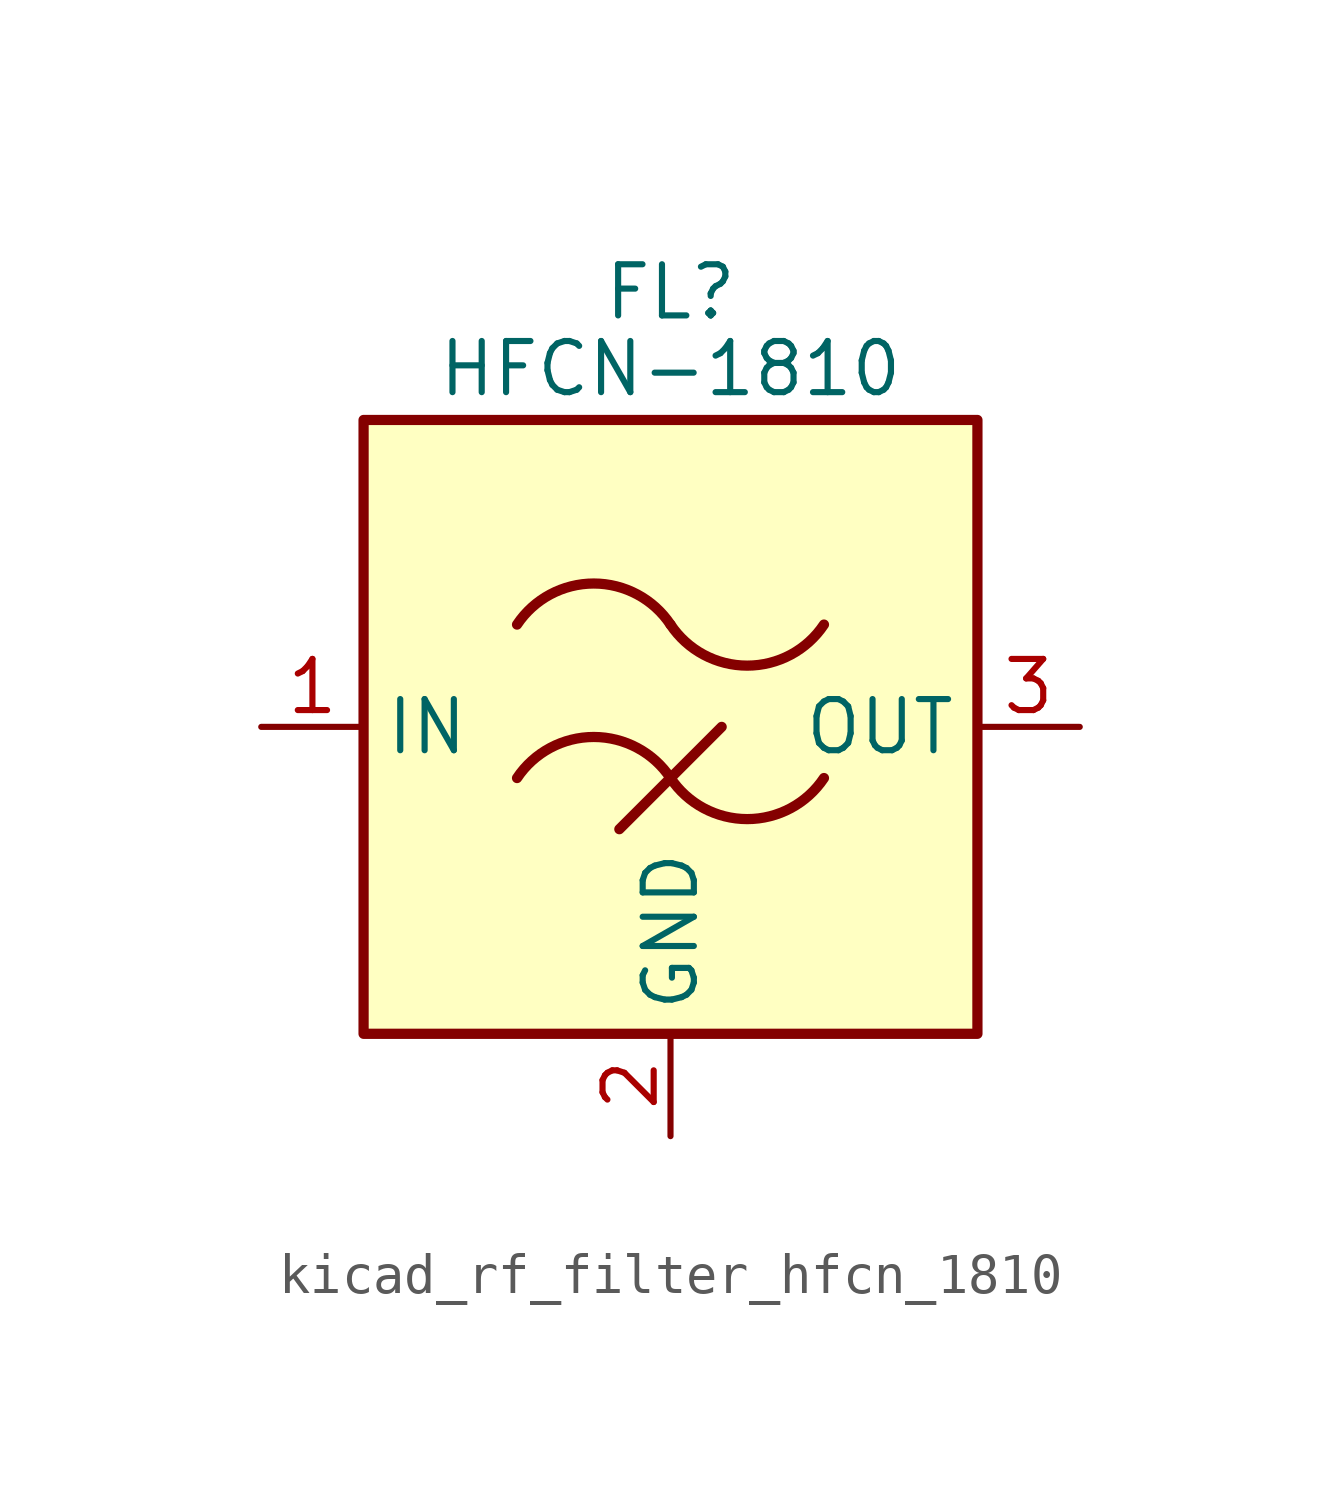
<source format=kicad_sym>
(kicad_symbol_lib
  (version 20220914)
  (generator kicad_symbol_editor)
  (symbol "kicad_rf_filter_hfcn_1810"
    (property "Reference" "FL"
      (at 0 10.795 0)
      (effects (font (size 1.27 1.27))))
    (property "Value" "HFCN-1810"
      (at 0 8.89 0)
      (effects (font (size 1.27 1.27))))
    (symbol "kicad_rf_filter_hfcn_1810_0_1"
      (rectangle (start -7.62 7.62) (end 7.62 -7.62) (stroke (width 0.254) (type default)) (fill (type background)))
      (arc (start 0 -1.27) (mid -1.905 -0.2505) (end -3.81 -1.27) (stroke (width 0.254) (type default)) (fill (type none)))
      (arc (start 0 -1.27) (mid 1.905 -2.2895) (end 3.81 -1.27) (stroke (width 0.254) (type default)) (fill (type none)))
      (polyline (pts (xy -1.27 -2.54) (xy 1.27 0)) (stroke (width 0.254) (type default)) (fill (type none)))
      (arc (start 0 2.54) (mid -1.905 3.5595) (end -3.81 2.54) (stroke (width 0.254) (type default)) (fill (type none)))
      (arc (start 0 2.54) (mid 1.905 1.5205) (end 3.81 2.54) (stroke (width 0.254) (type default)) (fill (type none))))
    (symbol "kicad_rf_filter_hfcn_1810_1_1"
      (pin passive line (at -10.16 0 0) (length 2.54) (name "IN" (effects (font (size 1.27 1.27)))) (number "1" (effects (font (size 1.27 1.27)))))
      (pin passive line (at 0 -10.16 90) (length 2.54) (name "GND" (effects (font (size 1.27 1.27)))) (number "2" (effects (font (size 1.27 1.27)))))
      (pin passive line (at 10.16 0 180) (length 2.54) (name "OUT" (effects (font (size 1.27 1.27)))) (number "3" (effects (font (size 1.27 1.27)))))
      (pin passive line (at 0 -10.16 90) (length 2.54) hide (name "GND" (effects (font (size 1.27 1.27)))) (number "4" (effects (font (size 1.27 1.27))))))))
</source>
